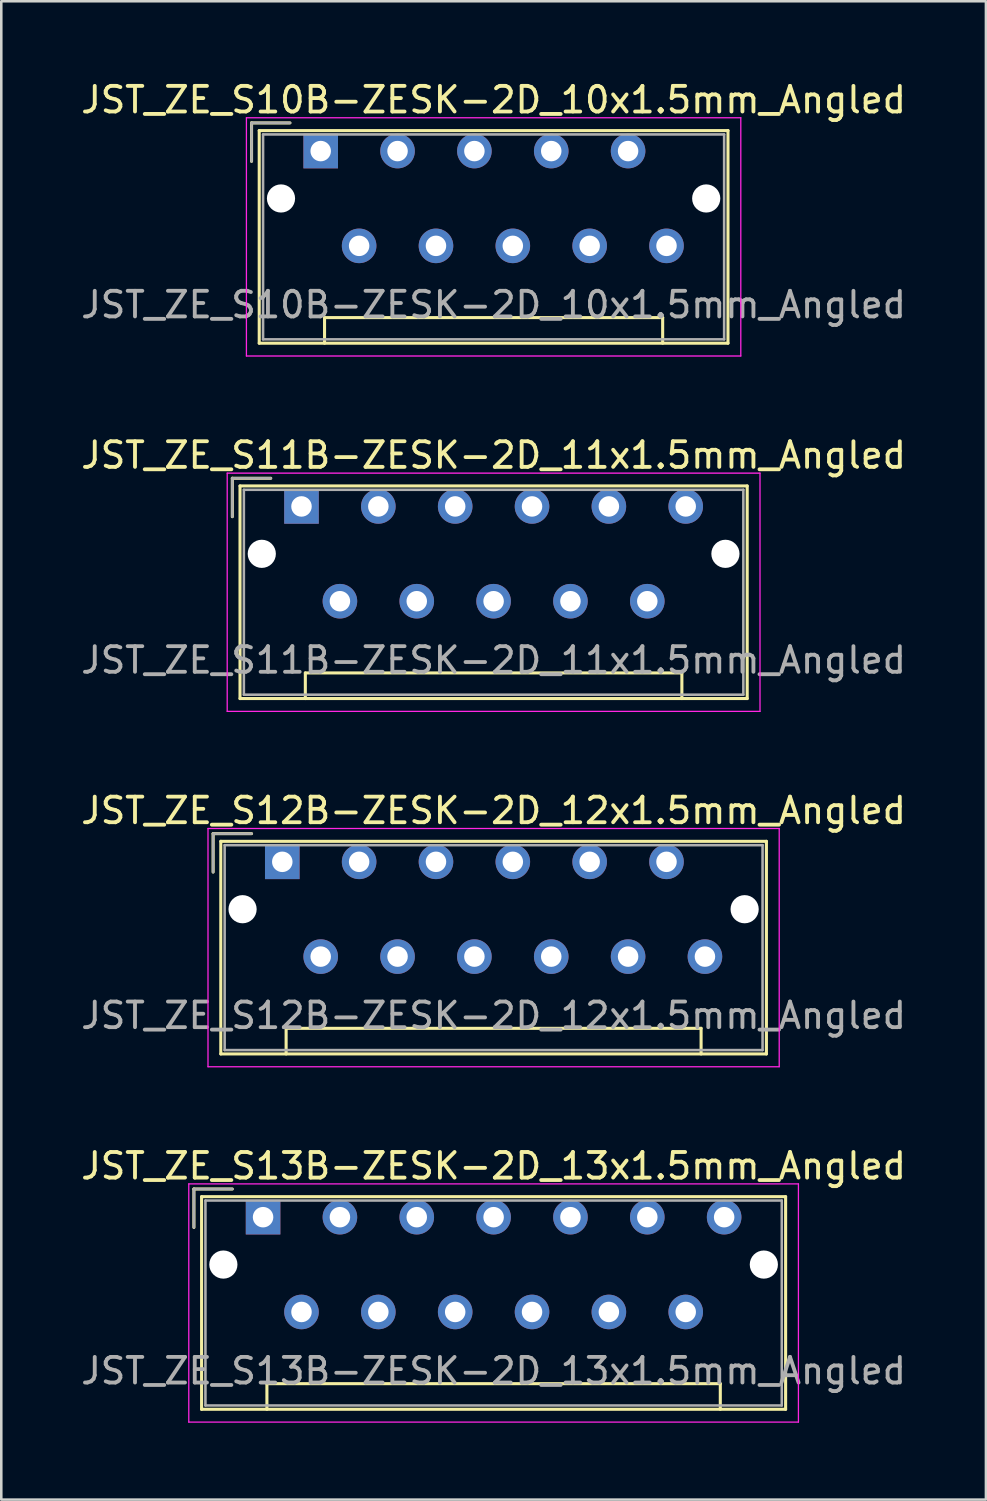
<source format=kicad_pcb>
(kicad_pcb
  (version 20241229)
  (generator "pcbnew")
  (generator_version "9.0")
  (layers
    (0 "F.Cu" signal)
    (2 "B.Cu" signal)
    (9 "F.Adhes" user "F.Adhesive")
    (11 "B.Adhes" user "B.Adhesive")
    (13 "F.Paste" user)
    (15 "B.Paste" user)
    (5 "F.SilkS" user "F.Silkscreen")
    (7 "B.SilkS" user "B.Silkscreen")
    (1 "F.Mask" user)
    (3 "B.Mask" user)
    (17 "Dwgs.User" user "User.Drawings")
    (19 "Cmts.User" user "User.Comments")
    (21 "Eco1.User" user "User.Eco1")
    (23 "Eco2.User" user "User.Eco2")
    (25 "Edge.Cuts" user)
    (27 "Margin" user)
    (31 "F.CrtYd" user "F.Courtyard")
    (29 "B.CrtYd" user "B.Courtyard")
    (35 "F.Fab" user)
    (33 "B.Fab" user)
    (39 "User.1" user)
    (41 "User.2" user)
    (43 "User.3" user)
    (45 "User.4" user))
  (footprint "JST_ZE_S13B-ZESK-2D_13x1.5mm_Angled"
    (layer "F.Cu")
    (at 7.22 44.468)
    (property "Reference" "JST_ZE_S13B-ZESK-2D_13x1.5mm_Angled" (at 9 -2 0) (layer "F.SilkS") (effects (font (size 1 1) (thickness 0.15))))
    (attr through_hole)
    (fp_line (start -2.7 -1.1) (end -1.2 -1.1) (stroke (width 0.12) (type solid)) (layer "F.SilkS"))
    (fp_line (start -2.7 0.4) (end -2.7 -1.1) (stroke (width 0.12) (type solid)) (layer "F.SilkS"))
    (fp_line (start -2.4 -0.8) (end -2.4 7.5) (stroke (width 0.12) (type solid)) (layer "F.SilkS"))
    (fp_line (start -2.4 7.5) (end 20.4 7.5) (stroke (width 0.12) (type solid)) (layer "F.SilkS"))
    (fp_line (start 0.15 6.5) (end 17.85 6.5) (stroke (width 0.12) (type solid)) (layer "F.SilkS"))
    (fp_line (start 0.15 7.5) (end 0.15 6.5) (stroke (width 0.12) (type solid)) (layer "F.SilkS"))
    (fp_line (start 17.85 6.5) (end 17.85 7.5) (stroke (width 0.12) (type solid)) (layer "F.SilkS"))
    (fp_line (start 20.4 -0.8) (end -2.4 -0.8) (stroke (width 0.12) (type solid)) (layer "F.SilkS"))
    (fp_line (start 20.4 7.5) (end 20.4 -0.8) (stroke (width 0.12) (type solid)) (layer "F.SilkS"))
    (fp_line (start -2.9 -1.3) (end -2.9 8) (stroke (width 0.05) (type solid)) (layer "F.CrtYd"))
    (fp_line (start -2.9 8) (end 20.9 8) (stroke (width 0.05) (type solid)) (layer "F.CrtYd"))
    (fp_line (start 20.9 -1.3) (end -2.9 -1.3) (stroke (width 0.05) (type solid)) (layer "F.CrtYd"))
    (fp_line (start 20.9 8) (end 20.9 -1.3) (stroke (width 0.05) (type solid)) (layer "F.CrtYd"))
    (fp_line (start -2.7 -1.1) (end -1.2 -1.1) (stroke (width 0.1) (type solid)) (layer "F.Fab"))
    (fp_line (start -2.7 0.4) (end -2.7 -1.1) (stroke (width 0.1) (type solid)) (layer "F.Fab"))
    (fp_line (start -2.25 -0.65) (end -2.25 7.35) (stroke (width 0.1) (type solid)) (layer "F.Fab"))
    (fp_line (start -2.25 7.35) (end 20.25 7.35) (stroke (width 0.1) (type solid)) (layer "F.Fab"))
    (fp_line (start 20.25 -0.65) (end -2.25 -0.65) (stroke (width 0.1) (type solid)) (layer "F.Fab"))
    (fp_line (start 20.25 7.35) (end 20.25 -0.65) (stroke (width 0.1) (type solid)) (layer "F.Fab"))
    (fp_text user "${REFERENCE}" (at 9 6 0) (layer "F.Fab") (effects (font (size 1 1) (thickness 0.15))))
    (pad "" np_thru_hole circle (at -1.55 1.85) (size 1.1 1.1) (drill 1.1) (layers "*.Cu"))
    (pad "" np_thru_hole circle (at 19.55 1.85) (size 1.1 1.1) (drill 1.1) (layers "*.Cu"))
    (pad "1" thru_hole rect (at 0 0) (size 1.35 1.35) (drill 0.8) (layers "*.Cu" "*.Mask"))
    (pad "2" thru_hole circle (at 1.5 3.7) (size 1.35 1.35) (drill 0.8) (layers "*.Cu" "*.Mask"))
    (pad "3" thru_hole circle (at 3 0) (size 1.35 1.35) (drill 0.8) (layers "*.Cu" "*.Mask"))
    (pad "4" thru_hole circle (at 4.5 3.7) (size 1.35 1.35) (drill 0.8) (layers "*.Cu" "*.Mask"))
    (pad "5" thru_hole circle (at 6 0) (size 1.35 1.35) (drill 0.8) (layers "*.Cu" "*.Mask"))
    (pad "6" thru_hole circle (at 7.5 3.7) (size 1.35 1.35) (drill 0.8) (layers "*.Cu" "*.Mask"))
    (pad "7" thru_hole circle (at 9 0) (size 1.35 1.35) (drill 0.8) (layers "*.Cu" "*.Mask"))
    (pad "8" thru_hole circle (at 10.5 3.7) (size 1.35 1.35) (drill 0.8) (layers "*.Cu" "*.Mask"))
    (pad "9" thru_hole circle (at 12 0) (size 1.35 1.35) (drill 0.8) (layers "*.Cu" "*.Mask"))
    (pad "10" thru_hole circle (at 13.5 3.7) (size 1.35 1.35) (drill 0.8) (layers "*.Cu" "*.Mask"))
    (pad "11" thru_hole circle (at 15 0) (size 1.35 1.35) (drill 0.8) (layers "*.Cu" "*.Mask"))
    (pad "12" thru_hole circle (at 16.5 3.7) (size 1.35 1.35) (drill 0.8) (layers "*.Cu" "*.Mask"))
    (pad "13" thru_hole circle (at 18 0) (size 1.35 1.35) (drill 0.8) (layers "*.Cu" "*.Mask")))
  (footprint "JST_ZE_S12B-ZESK-2D_12x1.5mm_Angled"
    (layer "F.Cu")
    (at 7.97 30.595)
    (property "Reference" "JST_ZE_S12B-ZESK-2D_12x1.5mm_Angled" (at 8.25 -2 0) (layer "F.SilkS") (effects (font (size 1 1) (thickness 0.15))))
    (attr through_hole)
    (fp_line (start -2.7 -1.1) (end -1.2 -1.1) (stroke (width 0.12) (type solid)) (layer "F.SilkS"))
    (fp_line (start -2.7 0.4) (end -2.7 -1.1) (stroke (width 0.12) (type solid)) (layer "F.SilkS"))
    (fp_line (start -2.4 -0.8) (end -2.4 7.5) (stroke (width 0.12) (type solid)) (layer "F.SilkS"))
    (fp_line (start -2.4 7.5) (end 18.9 7.5) (stroke (width 0.12) (type solid)) (layer "F.SilkS"))
    (fp_line (start 0.15 6.5) (end 16.35 6.5) (stroke (width 0.12) (type solid)) (layer "F.SilkS"))
    (fp_line (start 0.15 7.5) (end 0.15 6.5) (stroke (width 0.12) (type solid)) (layer "F.SilkS"))
    (fp_line (start 16.35 6.5) (end 16.35 7.5) (stroke (width 0.12) (type solid)) (layer "F.SilkS"))
    (fp_line (start 18.9 -0.8) (end -2.4 -0.8) (stroke (width 0.12) (type solid)) (layer "F.SilkS"))
    (fp_line (start 18.9 7.5) (end 18.9 -0.8) (stroke (width 0.12) (type solid)) (layer "F.SilkS"))
    (fp_line (start -2.9 -1.3) (end -2.9 8) (stroke (width 0.05) (type solid)) (layer "F.CrtYd"))
    (fp_line (start -2.9 8) (end 19.4 8) (stroke (width 0.05) (type solid)) (layer "F.CrtYd"))
    (fp_line (start 19.4 -1.3) (end -2.9 -1.3) (stroke (width 0.05) (type solid)) (layer "F.CrtYd"))
    (fp_line (start 19.4 8) (end 19.4 -1.3) (stroke (width 0.05) (type solid)) (layer "F.CrtYd"))
    (fp_line (start -2.7 -1.1) (end -1.2 -1.1) (stroke (width 0.1) (type solid)) (layer "F.Fab"))
    (fp_line (start -2.7 0.4) (end -2.7 -1.1) (stroke (width 0.1) (type solid)) (layer "F.Fab"))
    (fp_line (start -2.25 -0.65) (end -2.25 7.35) (stroke (width 0.1) (type solid)) (layer "F.Fab"))
    (fp_line (start -2.25 7.35) (end 18.75 7.35) (stroke (width 0.1) (type solid)) (layer "F.Fab"))
    (fp_line (start 18.75 -0.65) (end -2.25 -0.65) (stroke (width 0.1) (type solid)) (layer "F.Fab"))
    (fp_line (start 18.75 7.35) (end 18.75 -0.65) (stroke (width 0.1) (type solid)) (layer "F.Fab"))
    (fp_text user "${REFERENCE}" (at 8.25 6 0) (layer "F.Fab") (effects (font (size 1 1) (thickness 0.15))))
    (pad "" np_thru_hole circle (at -1.55 1.85) (size 1.1 1.1) (drill 1.1) (layers "*.Cu"))
    (pad "" np_thru_hole circle (at 18.05 1.85) (size 1.1 1.1) (drill 1.1) (layers "*.Cu"))
    (pad "1" thru_hole rect (at 0 0) (size 1.35 1.35) (drill 0.8) (layers "*.Cu" "*.Mask"))
    (pad "2" thru_hole circle (at 1.5 3.7) (size 1.35 1.35) (drill 0.8) (layers "*.Cu" "*.Mask"))
    (pad "3" thru_hole circle (at 3 0) (size 1.35 1.35) (drill 0.8) (layers "*.Cu" "*.Mask"))
    (pad "4" thru_hole circle (at 4.5 3.7) (size 1.35 1.35) (drill 0.8) (layers "*.Cu" "*.Mask"))
    (pad "5" thru_hole circle (at 6 0) (size 1.35 1.35) (drill 0.8) (layers "*.Cu" "*.Mask"))
    (pad "6" thru_hole circle (at 7.5 3.7) (size 1.35 1.35) (drill 0.8) (layers "*.Cu" "*.Mask"))
    (pad "7" thru_hole circle (at 9 0) (size 1.35 1.35) (drill 0.8) (layers "*.Cu" "*.Mask"))
    (pad "8" thru_hole circle (at 10.5 3.7) (size 1.35 1.35) (drill 0.8) (layers "*.Cu" "*.Mask"))
    (pad "9" thru_hole circle (at 12 0) (size 1.35 1.35) (drill 0.8) (layers "*.Cu" "*.Mask"))
    (pad "10" thru_hole circle (at 13.5 3.7) (size 1.35 1.35) (drill 0.8) (layers "*.Cu" "*.Mask"))
    (pad "11" thru_hole circle (at 15 0) (size 1.35 1.35) (drill 0.8) (layers "*.Cu" "*.Mask"))
    (pad "12" thru_hole circle (at 16.5 3.7) (size 1.35 1.35) (drill 0.8) (layers "*.Cu" "*.Mask")))
  (footprint "JST_ZE_S11B-ZESK-2D_11x1.5mm_Angled"
    (layer "F.Cu")
    (at 8.72 16.721)
    (property "Reference" "JST_ZE_S11B-ZESK-2D_11x1.5mm_Angled" (at 7.5 -2 0) (layer "F.SilkS") (effects (font (size 1 1) (thickness 0.15))))
    (attr through_hole)
    (fp_line (start -2.7 -1.1) (end -1.2 -1.1) (stroke (width 0.12) (type solid)) (layer "F.SilkS"))
    (fp_line (start -2.7 0.4) (end -2.7 -1.1) (stroke (width 0.12) (type solid)) (layer "F.SilkS"))
    (fp_line (start -2.4 -0.8) (end -2.4 7.5) (stroke (width 0.12) (type solid)) (layer "F.SilkS"))
    (fp_line (start -2.4 7.5) (end 17.4 7.5) (stroke (width 0.12) (type solid)) (layer "F.SilkS"))
    (fp_line (start 0.15 6.5) (end 14.85 6.5) (stroke (width 0.12) (type solid)) (layer "F.SilkS"))
    (fp_line (start 0.15 7.5) (end 0.15 6.5) (stroke (width 0.12) (type solid)) (layer "F.SilkS"))
    (fp_line (start 14.85 6.5) (end 14.85 7.5) (stroke (width 0.12) (type solid)) (layer "F.SilkS"))
    (fp_line (start 17.4 -0.8) (end -2.4 -0.8) (stroke (width 0.12) (type solid)) (layer "F.SilkS"))
    (fp_line (start 17.4 7.5) (end 17.4 -0.8) (stroke (width 0.12) (type solid)) (layer "F.SilkS"))
    (fp_line (start -2.9 -1.3) (end -2.9 8) (stroke (width 0.05) (type solid)) (layer "F.CrtYd"))
    (fp_line (start -2.9 8) (end 17.9 8) (stroke (width 0.05) (type solid)) (layer "F.CrtYd"))
    (fp_line (start 17.9 -1.3) (end -2.9 -1.3) (stroke (width 0.05) (type solid)) (layer "F.CrtYd"))
    (fp_line (start 17.9 8) (end 17.9 -1.3) (stroke (width 0.05) (type solid)) (layer "F.CrtYd"))
    (fp_line (start -2.7 -1.1) (end -1.2 -1.1) (stroke (width 0.1) (type solid)) (layer "F.Fab"))
    (fp_line (start -2.7 0.4) (end -2.7 -1.1) (stroke (width 0.1) (type solid)) (layer "F.Fab"))
    (fp_line (start -2.25 -0.65) (end -2.25 7.35) (stroke (width 0.1) (type solid)) (layer "F.Fab"))
    (fp_line (start -2.25 7.35) (end 17.25 7.35) (stroke (width 0.1) (type solid)) (layer "F.Fab"))
    (fp_line (start 17.25 -0.65) (end -2.25 -0.65) (stroke (width 0.1) (type solid)) (layer "F.Fab"))
    (fp_line (start 17.25 7.35) (end 17.25 -0.65) (stroke (width 0.1) (type solid)) (layer "F.Fab"))
    (fp_text user "${REFERENCE}" (at 7.5 6 0) (layer "F.Fab") (effects (font (size 1 1) (thickness 0.15))))
    (pad "" np_thru_hole circle (at -1.55 1.85) (size 1.1 1.1) (drill 1.1) (layers "*.Cu"))
    (pad "" np_thru_hole circle (at 16.55 1.85) (size 1.1 1.1) (drill 1.1) (layers "*.Cu"))
    (pad "1" thru_hole rect (at 0 0) (size 1.35 1.35) (drill 0.8) (layers "*.Cu" "*.Mask"))
    (pad "2" thru_hole circle (at 1.5 3.7) (size 1.35 1.35) (drill 0.8) (layers "*.Cu" "*.Mask"))
    (pad "3" thru_hole circle (at 3 0) (size 1.35 1.35) (drill 0.8) (layers "*.Cu" "*.Mask"))
    (pad "4" thru_hole circle (at 4.5 3.7) (size 1.35 1.35) (drill 0.8) (layers "*.Cu" "*.Mask"))
    (pad "5" thru_hole circle (at 6 0) (size 1.35 1.35) (drill 0.8) (layers "*.Cu" "*.Mask"))
    (pad "6" thru_hole circle (at 7.5 3.7) (size 1.35 1.35) (drill 0.8) (layers "*.Cu" "*.Mask"))
    (pad "7" thru_hole circle (at 9 0) (size 1.35 1.35) (drill 0.8) (layers "*.Cu" "*.Mask"))
    (pad "8" thru_hole circle (at 10.5 3.7) (size 1.35 1.35) (drill 0.8) (layers "*.Cu" "*.Mask"))
    (pad "9" thru_hole circle (at 12 0) (size 1.35 1.35) (drill 0.8) (layers "*.Cu" "*.Mask"))
    (pad "10" thru_hole circle (at 13.5 3.7) (size 1.35 1.35) (drill 0.8) (layers "*.Cu" "*.Mask"))
    (pad "11" thru_hole circle (at 15 0) (size 1.35 1.35) (drill 0.8) (layers "*.Cu" "*.Mask")))
  (footprint "JST_ZE_S10B-ZESK-2D_10x1.5mm_Angled"
    (layer "F.Cu")
    (at 9.47 2.848)
    (property "Reference" "JST_ZE_S10B-ZESK-2D_10x1.5mm_Angled" (at 6.75 -2 0) (layer "F.SilkS") (effects (font (size 1 1) (thickness 0.15))))
    (attr through_hole)
    (fp_line (start -2.7 -1.1) (end -1.2 -1.1) (stroke (width 0.12) (type solid)) (layer "F.SilkS"))
    (fp_line (start -2.7 0.4) (end -2.7 -1.1) (stroke (width 0.12) (type solid)) (layer "F.SilkS"))
    (fp_line (start -2.4 -0.8) (end -2.4 7.5) (stroke (width 0.12) (type solid)) (layer "F.SilkS"))
    (fp_line (start -2.4 7.5) (end 15.9 7.5) (stroke (width 0.12) (type solid)) (layer "F.SilkS"))
    (fp_line (start 0.15 6.5) (end 13.35 6.5) (stroke (width 0.12) (type solid)) (layer "F.SilkS"))
    (fp_line (start 0.15 7.5) (end 0.15 6.5) (stroke (width 0.12) (type solid)) (layer "F.SilkS"))
    (fp_line (start 13.35 6.5) (end 13.35 7.5) (stroke (width 0.12) (type solid)) (layer "F.SilkS"))
    (fp_line (start 15.9 -0.8) (end -2.4 -0.8) (stroke (width 0.12) (type solid)) (layer "F.SilkS"))
    (fp_line (start 15.9 7.5) (end 15.9 -0.8) (stroke (width 0.12) (type solid)) (layer "F.SilkS"))
    (fp_line (start -2.9 -1.3) (end -2.9 8) (stroke (width 0.05) (type solid)) (layer "F.CrtYd"))
    (fp_line (start -2.9 8) (end 16.4 8) (stroke (width 0.05) (type solid)) (layer "F.CrtYd"))
    (fp_line (start 16.4 -1.3) (end -2.9 -1.3) (stroke (width 0.05) (type solid)) (layer "F.CrtYd"))
    (fp_line (start 16.4 8) (end 16.4 -1.3) (stroke (width 0.05) (type solid)) (layer "F.CrtYd"))
    (fp_line (start -2.7 -1.1) (end -1.2 -1.1) (stroke (width 0.1) (type solid)) (layer "F.Fab"))
    (fp_line (start -2.7 0.4) (end -2.7 -1.1) (stroke (width 0.1) (type solid)) (layer "F.Fab"))
    (fp_line (start -2.25 -0.65) (end -2.25 7.35) (stroke (width 0.1) (type solid)) (layer "F.Fab"))
    (fp_line (start -2.25 7.35) (end 15.75 7.35) (stroke (width 0.1) (type solid)) (layer "F.Fab"))
    (fp_line (start 15.75 -0.65) (end -2.25 -0.65) (stroke (width 0.1) (type solid)) (layer "F.Fab"))
    (fp_line (start 15.75 7.35) (end 15.75 -0.65) (stroke (width 0.1) (type solid)) (layer "F.Fab"))
    (fp_text user "${REFERENCE}" (at 6.75 6 0) (layer "F.Fab") (effects (font (size 1 1) (thickness 0.15))))
    (pad "" np_thru_hole circle (at -1.55 1.85) (size 1.1 1.1) (drill 1.1) (layers "*.Cu"))
    (pad "" np_thru_hole circle (at 15.05 1.85) (size 1.1 1.1) (drill 1.1) (layers "*.Cu"))
    (pad "1" thru_hole rect (at 0 0) (size 1.35 1.35) (drill 0.8) (layers "*.Cu" "*.Mask"))
    (pad "2" thru_hole circle (at 1.5 3.7) (size 1.35 1.35) (drill 0.8) (layers "*.Cu" "*.Mask"))
    (pad "3" thru_hole circle (at 3 0) (size 1.35 1.35) (drill 0.8) (layers "*.Cu" "*.Mask"))
    (pad "4" thru_hole circle (at 4.5 3.7) (size 1.35 1.35) (drill 0.8) (layers "*.Cu" "*.Mask"))
    (pad "5" thru_hole circle (at 6 0) (size 1.35 1.35) (drill 0.8) (layers "*.Cu" "*.Mask"))
    (pad "6" thru_hole circle (at 7.5 3.7) (size 1.35 1.35) (drill 0.8) (layers "*.Cu" "*.Mask"))
    (pad "7" thru_hole circle (at 9 0) (size 1.35 1.35) (drill 0.8) (layers "*.Cu" "*.Mask"))
    (pad "8" thru_hole circle (at 10.5 3.7) (size 1.35 1.35) (drill 0.8) (layers "*.Cu" "*.Mask"))
    (pad "9" thru_hole circle (at 12 0) (size 1.35 1.35) (drill 0.8) (layers "*.Cu" "*.Mask"))
    (pad "10" thru_hole circle (at 13.5 3.7) (size 1.35 1.35) (drill 0.8) (layers "*.Cu" "*.Mask")))
  (gr_rect
    (start -3 -3)
    (end 35.44 55.493)
    (stroke (width 0.1) (type default))
    (fill no)
    (layer "Edge.Cuts")))
</source>
